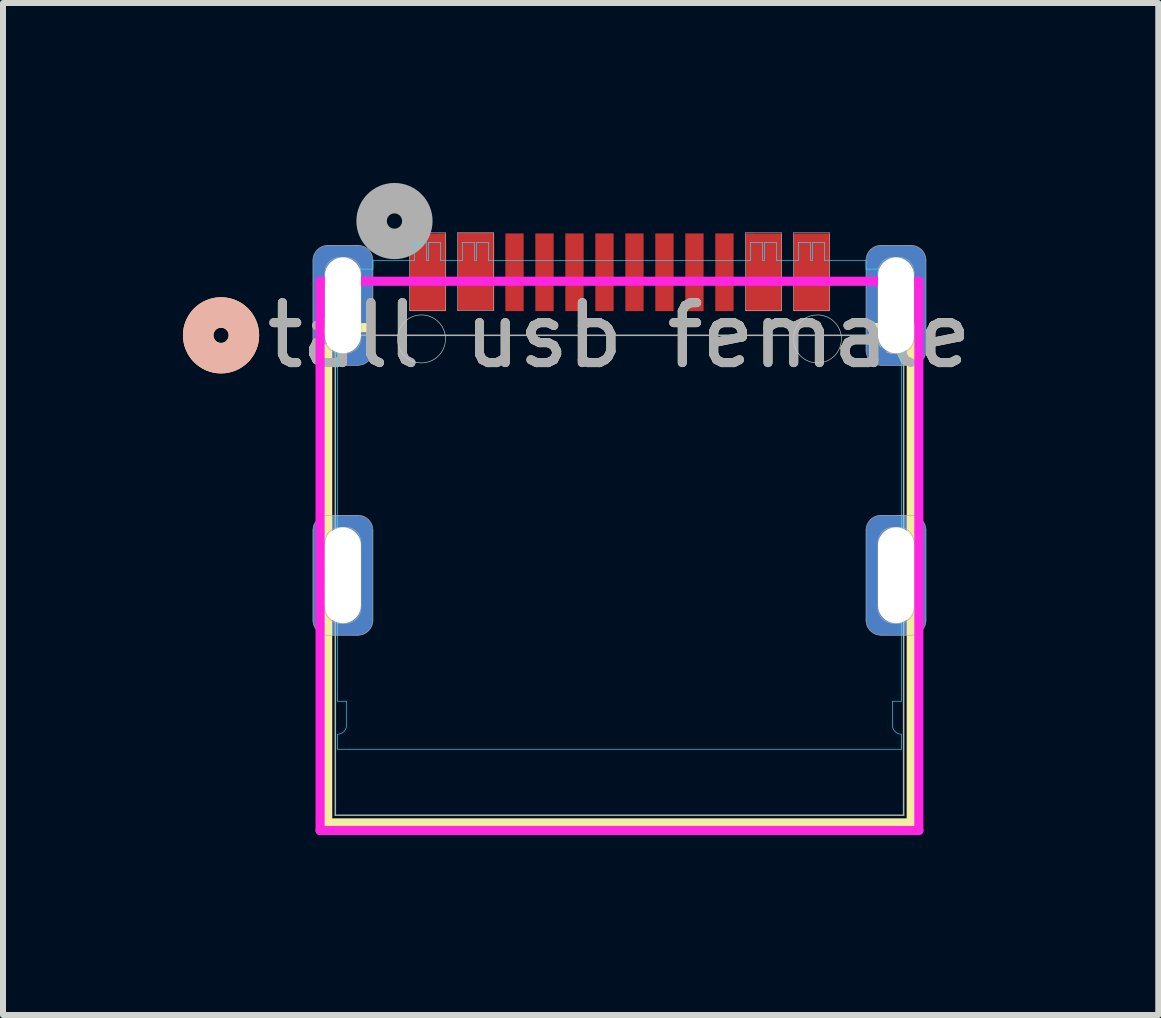
<source format=kicad_pcb>
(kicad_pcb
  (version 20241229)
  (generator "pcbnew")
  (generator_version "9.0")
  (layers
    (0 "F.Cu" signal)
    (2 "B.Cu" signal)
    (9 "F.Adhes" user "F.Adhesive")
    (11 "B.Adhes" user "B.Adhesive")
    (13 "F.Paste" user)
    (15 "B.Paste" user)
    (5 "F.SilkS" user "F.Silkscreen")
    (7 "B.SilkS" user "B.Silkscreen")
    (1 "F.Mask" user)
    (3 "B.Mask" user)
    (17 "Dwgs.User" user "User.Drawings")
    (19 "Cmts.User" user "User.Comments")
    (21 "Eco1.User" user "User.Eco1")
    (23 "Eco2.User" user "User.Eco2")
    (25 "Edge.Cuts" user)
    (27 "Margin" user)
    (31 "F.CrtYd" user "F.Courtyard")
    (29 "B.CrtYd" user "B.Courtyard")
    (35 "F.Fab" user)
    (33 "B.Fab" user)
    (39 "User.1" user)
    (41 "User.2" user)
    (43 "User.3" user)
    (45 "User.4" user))
  (footprint "tall usb female"
    (layer "F.Cu")
    (at 7.277 6.54)
    (property "Reference" "tall usb female" (at 0 -4 0) (unlocked yes) (layer "F.SilkS") (effects (font (size 1 1) (thickness 0.15))))
    (attr through_hole)
    (fp_poly (pts (xy -3.5 -5.698) (xy -3.5 -4.403) (xy -2.89 -4.403) (xy -2.89 -5.698)) (stroke (width 0) (type solid)) (fill yes) (layer "F.Cu"))
    (fp_poly (pts (xy -2.698 -5.71) (xy -2.698 -4.415) (xy -2.088 -4.415) (xy -2.088 -5.71)) (stroke (width 0) (type solid)) (fill yes) (layer "F.Cu"))
    (fp_poly (pts (xy 2.1 -4.403) (xy 2.71 -4.403) (xy 2.71 -5.698) (xy 2.1 -5.698)) (stroke (width 0) (type solid)) (fill yes) (layer "F.Cu"))
    (fp_poly (pts (xy 2.9 -5.698) (xy 2.9 -4.403) (xy 3.51 -4.403) (xy 3.51 -5.698)) (stroke (width 0) (type solid)) (fill yes) (layer "F.Cu"))
    (fp_poly (pts (xy -3.5 -5.698) (xy -3.5 -4.403) (xy -2.89 -4.403) (xy -2.89 -5.698)) (stroke (width 0) (type solid)) (fill yes) (layer "F.Mask"))
    (fp_poly (pts (xy -2.7 -5.698) (xy -2.7 -4.403) (xy -2.09 -4.403) (xy -2.09 -5.698)) (stroke (width 0) (type solid)) (fill yes) (layer "F.Mask"))
    (fp_poly (pts (xy 2.11 -4.413) (xy 2.72 -4.413) (xy 2.72 -5.708) (xy 2.11 -5.708)) (stroke (width 0) (type solid)) (fill yes) (layer "F.Mask"))
    (fp_poly (pts (xy 2.903 -5.708) (xy 2.903 -4.413) (xy 3.513 -4.413) (xy 3.513 -5.708)) (stroke (width 0) (type solid)) (fill yes) (layer "F.Mask"))
    (fp_line (start -4.864 -4.128) (end -4.864 4.128) (stroke (width 0.152) (type solid)) (layer "F.SilkS"))
    (fp_line (start -4.864 4.128) (end 4.864 4.128) (stroke (width 0.152) (type solid)) (layer "F.SilkS"))
    (fp_line (start -4.236 -4.128) (end -4.864 -4.128) (stroke (width 0.152) (type solid)) (layer "F.SilkS"))
    (fp_line (start 4.864 -4.128) (end 4.236 -4.128) (stroke (width 0.152) (type solid)) (layer "F.SilkS"))
    (fp_line (start 4.864 4.128) (end 4.864 -4.128) (stroke (width 0.152) (type solid)) (layer "F.SilkS"))
    (fp_circle (center -6.642 -4) (end -6.261 -4) (stroke (width 0.508) (type solid)) (fill no) (layer "F.SilkS"))
    (fp_circle (center -6.642 -4) (end -6.261 -4) (stroke (width 0.508) (type solid)) (fill no) (layer "B.SilkS"))
    (fp_poly (pts (xy -3.5 -5.698) (xy -3.5 -4.403) (xy -2.89 -4.403) (xy -2.89 -5.698)) (stroke (width 0) (type solid)) (fill yes) (layer "F.Paste"))
    (fp_poly (pts (xy -2.7 -5.708) (xy -2.7 -4.413) (xy -2.09 -4.413) (xy -2.09 -5.708)) (stroke (width 0) (type solid)) (fill yes) (layer "F.Paste"))
    (fp_poly (pts (xy 2.11 -4.403) (xy 2.72 -4.403) (xy 2.72 -5.698) (xy 2.11 -5.698)) (stroke (width 0) (type solid)) (fill yes) (layer "F.Paste"))
    (fp_poly (pts (xy 2.91 -5.698) (xy 2.91 -4.403) (xy 3.52 -4.403) (xy 3.52 -5.698)) (stroke (width 0) (type solid)) (fill yes) (layer "F.Paste"))
    (fp_circle (center -3.3 -3.94) (end -2.9 -3.94) (stroke (width 0.01) (type default)) (fill no) (layer "Edge.Cuts"))
    (fp_circle (center 3.3 -3.94) (end 3.7 -3.94) (stroke (width 0.01) (type default)) (fill no) (layer "Edge.Cuts"))
    (fp_line (start -4.7 -5.104) (end -4.7 2.1) (stroke (width 0.01) (type default)) (layer "B.CrtYd"))
    (fp_line (start -4.7 2.1) (end -4.55 2.1) (stroke (width 0.01) (type default)) (layer "B.CrtYd"))
    (fp_line (start -4.7 2.65) (end -4.7 2.9) (stroke (width 0.01) (type default)) (layer "B.CrtYd"))
    (fp_line (start -4.7 2.9) (end 4.7 2.9) (stroke (width 0.01) (type default)) (layer "B.CrtYd"))
    (fp_line (start -4.55 2.1) (end -4.55 2.5) (stroke (width 0.01) (type default)) (layer "B.CrtYd"))
    (fp_line (start -4.11 -5.25) (end -4.11 -5.104) (stroke (width 0.01) (type default)) (layer "B.CrtYd"))
    (fp_line (start -4.11 -5.104) (end -4.7 -5.104) (stroke (width 0.01) (type default)) (layer "B.CrtYd"))
    (fp_line (start -3.415 -5.55) (end -3.415 -5.25) (stroke (width 0.01) (type default)) (layer "B.CrtYd"))
    (fp_line (start -3.415 -5.25) (end -4.11 -5.25) (stroke (width 0.01) (type default)) (layer "B.CrtYd"))
    (fp_line (start -3.215 -5.55) (end -3.415 -5.55) (stroke (width 0.01) (type default)) (layer "B.CrtYd"))
    (fp_line (start -3.215 -5.25) (end -3.215 -5.55) (stroke (width 0.01) (type default)) (layer "B.CrtYd"))
    (fp_line (start -3.185 -5.55) (end -3.185 -5.25) (stroke (width 0.01) (type default)) (layer "B.CrtYd"))
    (fp_line (start -3.185 -5.25) (end -3.215 -5.25) (stroke (width 0.01) (type default)) (layer "B.CrtYd"))
    (fp_line (start -2.985 -5.55) (end -3.185 -5.55) (stroke (width 0.01) (type default)) (layer "B.CrtYd"))
    (fp_line (start -2.985 -5.25) (end -2.985 -5.55) (stroke (width 0.01) (type default)) (layer "B.CrtYd"))
    (fp_line (start -2.615 -5.55) (end -2.615 -5.25) (stroke (width 0.01) (type default)) (layer "B.CrtYd"))
    (fp_line (start -2.615 -5.25) (end -2.985 -5.25) (stroke (width 0.01) (type default)) (layer "B.CrtYd"))
    (fp_line (start -2.415 -5.55) (end -2.615 -5.55) (stroke (width 0.01) (type default)) (layer "B.CrtYd"))
    (fp_line (start -2.415 -5.25) (end -2.415 -5.55) (stroke (width 0.01) (type default)) (layer "B.CrtYd"))
    (fp_line (start -2.385 -5.55) (end -2.385 -5.25) (stroke (width 0.01) (type default)) (layer "B.CrtYd"))
    (fp_line (start -2.385 -5.25) (end -2.415 -5.25) (stroke (width 0.01) (type default)) (layer "B.CrtYd"))
    (fp_line (start -2.185 -5.55) (end -2.385 -5.55) (stroke (width 0.01) (type default)) (layer "B.CrtYd"))
    (fp_line (start -2.185 -5.25) (end -2.185 -5.55) (stroke (width 0.01) (type default)) (layer "B.CrtYd"))
    (fp_line (start -2.185 -5.25) (end 2.185 -5.25) (stroke (width 0.01) (type default)) (layer "B.CrtYd"))
    (fp_line (start 2.185 -5.55) (end 2.185 -5.25) (stroke (width 0.01) (type default)) (layer "B.CrtYd"))
    (fp_line (start 2.385 -5.55) (end 2.185 -5.55) (stroke (width 0.01) (type default)) (layer "B.CrtYd"))
    (fp_line (start 2.385 -5.25) (end 2.385 -5.55) (stroke (width 0.01) (type default)) (layer "B.CrtYd"))
    (fp_line (start 2.415 -5.55) (end 2.415 -5.25) (stroke (width 0.01) (type default)) (layer "B.CrtYd"))
    (fp_line (start 2.415 -5.25) (end 2.385 -5.25) (stroke (width 0.01) (type default)) (layer "B.CrtYd"))
    (fp_line (start 2.615 -5.55) (end 2.415 -5.55) (stroke (width 0.01) (type default)) (layer "B.CrtYd"))
    (fp_line (start 2.615 -5.25) (end 2.615 -5.55) (stroke (width 0.01) (type default)) (layer "B.CrtYd"))
    (fp_line (start 2.985 -5.55) (end 2.985 -5.25) (stroke (width 0.01) (type default)) (layer "B.CrtYd"))
    (fp_line (start 2.985 -5.25) (end 2.615 -5.25) (stroke (width 0.01) (type default)) (layer "B.CrtYd"))
    (fp_line (start 3.185 -5.55) (end 2.985 -5.55) (stroke (width 0.01) (type default)) (layer "B.CrtYd"))
    (fp_line (start 3.185 -5.25) (end 3.185 -5.55) (stroke (width 0.01) (type default)) (layer "B.CrtYd"))
    (fp_line (start 3.215 -5.55) (end 3.215 -5.25) (stroke (width 0.01) (type default)) (layer "B.CrtYd"))
    (fp_line (start 3.215 -5.25) (end 3.185 -5.25) (stroke (width 0.01) (type default)) (layer "B.CrtYd"))
    (fp_line (start 3.415 -5.55) (end 3.215 -5.55) (stroke (width 0.01) (type default)) (layer "B.CrtYd"))
    (fp_line (start 3.415 -5.25) (end 3.415 -5.55) (stroke (width 0.01) (type default)) (layer "B.CrtYd"))
    (fp_line (start 4.11 -5.25) (end 3.415 -5.25) (stroke (width 0.01) (type default)) (layer "B.CrtYd"))
    (fp_line (start 4.11 -5.104) (end 4.11 -5.25) (stroke (width 0.01) (type default)) (layer "B.CrtYd"))
    (fp_line (start 4.55 2.1) (end 4.7 2.1) (stroke (width 0.01) (type default)) (layer "B.CrtYd"))
    (fp_line (start 4.55 2.5) (end 4.55 2.1) (stroke (width 0.01) (type default)) (layer "B.CrtYd"))
    (fp_line (start 4.7 -5.104) (end 4.11 -5.104) (stroke (width 0.01) (type default)) (layer "B.CrtYd"))
    (fp_line (start 4.7 2.1) (end 4.7 -5.104) (stroke (width 0.01) (type default)) (layer "B.CrtYd"))
    (fp_line (start 4.7 2.9) (end 4.7 2.65) (stroke (width 0.01) (type default)) (layer "B.CrtYd"))
    (fp_arc (start -4.55 2.5) (mid -4.593934 2.606066) (end -4.7 2.65) (stroke (width 0.01) (type default)) (layer "B.CrtYd"))
    (fp_arc (start 4.7 2.649999) (mid 4.593934 2.606066) (end 4.550001 2.5) (stroke (width 0.01) (type default)) (layer "B.CrtYd"))
    (fp_line (start -4.991 -4.902) (end -4.991 4.255) (stroke (width 0.152) (type solid)) (layer "F.CrtYd"))
    (fp_line (start -4.991 4.255) (end 4.991 4.255) (stroke (width 0.152) (type solid)) (layer "F.CrtYd"))
    (fp_line (start 4.991 -4.902) (end -4.991 -4.902) (stroke (width 0.152) (type solid)) (layer "F.CrtYd"))
    (fp_line (start 4.991 4.255) (end 4.991 -4.902) (stroke (width 0.152) (type solid)) (layer "F.CrtYd"))
    (fp_line (start -5.11 -5.25) (end -5.11 -3.75) (stroke (width 0.01) (type default)) (layer "F.Fab"))
    (fp_line (start -5.11 -0.75) (end -5.11 0.75) (stroke (width 0.01) (type default)) (layer "F.Fab"))
    (fp_line (start -4.91 -5.05) (end -4.91 -3.95) (stroke (width 0.01) (type default)) (layer "F.Fab"))
    (fp_line (start -4.91 -0.55) (end -4.91 0.55) (stroke (width 0.01) (type default)) (layer "F.Fab"))
    (fp_line (start -4.86 -3.5) (end -4.36 -3.5) (stroke (width 0.01) (type default)) (layer "F.Fab"))
    (fp_line (start -4.86 1) (end -4.36 1) (stroke (width 0.01) (type default)) (layer "F.Fab"))
    (fp_line (start -4.737 -4) (end -4.737 4) (stroke (width 0.025) (type solid)) (layer "F.Fab"))
    (fp_line (start -4.737 4) (end 4.737 4) (stroke (width 0.025) (type solid)) (layer "F.Fab"))
    (fp_line (start -4.66 -3.7) (end -4.56 -3.7) (stroke (width 0.01) (type default)) (layer "F.Fab"))
    (fp_line (start -4.66 0.8) (end -4.56 0.8) (stroke (width 0.01) (type default)) (layer "F.Fab"))
    (fp_line (start -4.56 -5.3) (end -4.66 -5.3) (stroke (width 0.01) (type default)) (layer "F.Fab"))
    (fp_line (start -4.56 -0.8) (end -4.66 -0.8) (stroke (width 0.01) (type default)) (layer "F.Fab"))
    (fp_line (start -4.36 -5.5) (end -4.86 -5.5) (stroke (width 0.01) (type default)) (layer "F.Fab"))
    (fp_line (start -4.36 -1) (end -4.86 -1) (stroke (width 0.01) (type default)) (layer "F.Fab"))
    (fp_line (start -4.31 -3.95) (end -4.31 -5.05) (stroke (width 0.01) (type default)) (layer "F.Fab"))
    (fp_line (start -4.31 0.55) (end -4.31 -0.55) (stroke (width 0.01) (type default)) (layer "F.Fab"))
    (fp_line (start -4.11 -3.75) (end -4.11 -5.25) (stroke (width 0.01) (type default)) (layer "F.Fab"))
    (fp_line (start -4.11 0.75) (end -4.11 -0.75) (stroke (width 0.01) (type default)) (layer "F.Fab"))
    (fp_line (start -3.5 -5.71) (end -3.5 -4.41) (stroke (width 0.01) (type default)) (layer "F.Fab"))
    (fp_line (start -3.5 -4.41) (end -2.9 -4.41) (stroke (width 0.01) (type default)) (layer "F.Fab"))
    (fp_line (start -2.9 -5.71) (end -3.5 -5.71) (stroke (width 0.01) (type default)) (layer "F.Fab"))
    (fp_line (start -2.9 -4.41) (end -2.9 -5.71) (stroke (width 0.01) (type default)) (layer "F.Fab"))
    (fp_line (start -2.7 -5.71) (end -2.7 -4.41) (stroke (width 0.01) (type default)) (layer "F.Fab"))
    (fp_line (start -2.7 -4.41) (end -2.1 -4.41) (stroke (width 0.01) (type default)) (layer "F.Fab"))
    (fp_line (start -2.1 -5.71) (end -2.7 -5.71) (stroke (width 0.01) (type default)) (layer "F.Fab"))
    (fp_line (start -2.1 -4.41) (end -2.1 -5.71) (stroke (width 0.01) (type default)) (layer "F.Fab"))
    (fp_line (start 2.1 -5.71) (end 2.1 -4.41) (stroke (width 0.01) (type default)) (layer "F.Fab"))
    (fp_line (start 2.1 -4.41) (end 2.7 -4.41) (stroke (width 0.01) (type default)) (layer "F.Fab"))
    (fp_line (start 2.7 -5.71) (end 2.1 -5.71) (stroke (width 0.01) (type default)) (layer "F.Fab"))
    (fp_line (start 2.7 -4.41) (end 2.7 -5.71) (stroke (width 0.01) (type default)) (layer "F.Fab"))
    (fp_line (start 2.9 -5.71) (end 2.9 -4.41) (stroke (width 0.01) (type default)) (layer "F.Fab"))
    (fp_line (start 2.9 -4.41) (end 3.5 -4.41) (stroke (width 0.01) (type default)) (layer "F.Fab"))
    (fp_line (start 3.5 -5.71) (end 2.9 -5.71) (stroke (width 0.01) (type default)) (layer "F.Fab"))
    (fp_line (start 3.5 -4.41) (end 3.5 -5.71) (stroke (width 0.01) (type default)) (layer "F.Fab"))
    (fp_line (start 4.11 -5.25) (end 4.11 -3.75) (stroke (width 0.01) (type default)) (layer "F.Fab"))
    (fp_line (start 4.11 -0.75) (end 4.11 0.75) (stroke (width 0.01) (type default)) (layer "F.Fab"))
    (fp_line (start 4.31 -5.05) (end 4.31 -3.95) (stroke (width 0.01) (type default)) (layer "F.Fab"))
    (fp_line (start 4.31 -0.55) (end 4.31 0.55) (stroke (width 0.01) (type default)) (layer "F.Fab"))
    (fp_line (start 4.36 -3.5) (end 4.86 -3.5) (stroke (width 0.01) (type default)) (layer "F.Fab"))
    (fp_line (start 4.36 1) (end 4.86 1) (stroke (width 0.01) (type default)) (layer "F.Fab"))
    (fp_line (start 4.56 -3.7) (end 4.66 -3.7) (stroke (width 0.01) (type default)) (layer "F.Fab"))
    (fp_line (start 4.56 0.8) (end 4.66 0.8) (stroke (width 0.01) (type default)) (layer "F.Fab"))
    (fp_line (start 4.66 -5.3) (end 4.56 -5.3) (stroke (width 0.01) (type default)) (layer "F.Fab"))
    (fp_line (start 4.66 -0.8) (end 4.56 -0.8) (stroke (width 0.01) (type default)) (layer "F.Fab"))
    (fp_line (start 4.737 -4) (end -4.737 -4) (stroke (width 0.025) (type solid)) (layer "F.Fab"))
    (fp_line (start 4.737 4) (end 4.737 -4) (stroke (width 0.025) (type solid)) (layer "F.Fab"))
    (fp_line (start 4.86 -5.5) (end 4.36 -5.5) (stroke (width 0.01) (type default)) (layer "F.Fab"))
    (fp_line (start 4.86 -1) (end 4.36 -1) (stroke (width 0.01) (type default)) (layer "F.Fab"))
    (fp_line (start 4.91 -3.95) (end 4.91 -5.05) (stroke (width 0.01) (type default)) (layer "F.Fab"))
    (fp_line (start 4.91 0.55) (end 4.91 -0.55) (stroke (width 0.01) (type default)) (layer "F.Fab"))
    (fp_line (start 5.11 -3.75) (end 5.11 -5.25) (stroke (width 0.01) (type default)) (layer "F.Fab"))
    (fp_line (start 5.11 0.75) (end 5.11 -0.75) (stroke (width 0.01) (type default)) (layer "F.Fab"))
    (fp_arc (start -5.11 -5.250001) (mid -5.036777 -5.426777) (end -4.860001 -5.5) (stroke (width 0.01) (type default)) (layer "F.Fab"))
    (fp_arc (start -5.11 -0.750001) (mid -5.036777 -0.926777) (end -4.860001 -1) (stroke (width 0.01) (type default)) (layer "F.Fab"))
    (fp_arc (start -4.91 -5.050001) (mid -4.836776 -5.226777) (end -4.66 -5.3) (stroke (width 0.01) (type default)) (layer "F.Fab"))
    (fp_arc (start -4.91 -0.550001) (mid -4.836777 -0.726777) (end -4.660001 -0.8) (stroke (width 0.01) (type default)) (layer "F.Fab"))
    (fp_arc (start -4.860001 -3.5) (mid -5.036777 -3.573223) (end -5.11 -3.749999) (stroke (width 0.01) (type default)) (layer "F.Fab"))
    (fp_arc (start -4.860001 1) (mid -5.036777 0.926777) (end -5.11 0.750001) (stroke (width 0.01) (type default)) (layer "F.Fab"))
    (fp_arc (start -4.660002 -3.7) (mid -4.836777 -3.773224) (end -4.91 -3.949999) (stroke (width 0.01) (type default)) (layer "F.Fab"))
    (fp_arc (start -4.660001 0.8) (mid -4.836777 0.726777) (end -4.91 0.550001) (stroke (width 0.01) (type default)) (layer "F.Fab"))
    (fp_arc (start -4.56 -5.3) (mid -4.383222 -5.226777) (end -4.31 -5.05) (stroke (width 0.01) (type default)) (layer "F.Fab"))
    (fp_arc (start -4.56 -0.8) (mid -4.383222 -0.726777) (end -4.31 -0.55) (stroke (width 0.01) (type default)) (layer "F.Fab"))
    (fp_arc (start -4.36 -5.5) (mid -4.183222 -5.426777) (end -4.11 -5.25) (stroke (width 0.01) (type default)) (layer "F.Fab"))
    (fp_arc (start -4.36 -1) (mid -4.183222 -0.926777) (end -4.11 -0.75) (stroke (width 0.01) (type default)) (layer "F.Fab"))
    (fp_arc (start -4.31 -3.95) (mid -4.383223 -3.773223) (end -4.56 -3.7) (stroke (width 0.01) (type default)) (layer "F.Fab"))
    (fp_arc (start -4.31 0.550002) (mid -4.383224 0.726777) (end -4.559999 0.8) (stroke (width 0.01) (type default)) (layer "F.Fab"))
    (fp_arc (start -4.11 -3.75) (mid -4.183223 -3.573223) (end -4.36 -3.5) (stroke (width 0.01) (type default)) (layer "F.Fab"))
    (fp_arc (start -4.11 0.750001) (mid -4.183223 0.926777) (end -4.36 1) (stroke (width 0.01) (type default)) (layer "F.Fab"))
    (fp_arc (start 4.11 -5.25) (mid 4.183223 -5.426777) (end 4.36 -5.5) (stroke (width 0.01) (type default)) (layer "F.Fab"))
    (fp_arc (start 4.11 -0.75) (mid 4.183223 -0.926777) (end 4.36 -1) (stroke (width 0.01) (type default)) (layer "F.Fab"))
    (fp_arc (start 4.31 -5.05) (mid 4.383223 -5.226777) (end 4.56 -5.3) (stroke (width 0.01) (type default)) (layer "F.Fab"))
    (fp_arc (start 4.31 -0.55) (mid 4.383223 -0.726777) (end 4.56 -0.8) (stroke (width 0.01) (type default)) (layer "F.Fab"))
    (fp_arc (start 4.36 -3.5) (mid 4.183223 -3.573223) (end 4.11 -3.75) (stroke (width 0.01) (type default)) (layer "F.Fab"))
    (fp_arc (start 4.36 1) (mid 4.183223 0.926777) (end 4.11 0.75) (stroke (width 0.01) (type default)) (layer "F.Fab"))
    (fp_arc (start 4.56 -3.7) (mid 4.383223 -3.773223) (end 4.31 -3.95) (stroke (width 0.01) (type dash_dot_dot)) (layer "F.Fab"))
    (fp_arc (start 4.56 0.8) (mid 4.383223 0.726777) (end 4.31 0.55) (stroke (width 0.01) (type default)) (layer "F.Fab"))
    (fp_arc (start 4.66 -5.3) (mid 4.836777 -5.226777) (end 4.91 -5.05) (stroke (width 0.01) (type default)) (layer "F.Fab"))
    (fp_arc (start 4.66 -0.8) (mid 4.836777 -0.726777) (end 4.91 -0.55) (stroke (width 0.01) (type default)) (layer "F.Fab"))
    (fp_arc (start 4.86 -5.5) (mid 5.036777 -5.426777) (end 5.11 -5.25) (stroke (width 0.01) (type default)) (layer "F.Fab"))
    (fp_arc (start 4.86 -1) (mid 5.036777 -0.926777) (end 5.11 -0.75) (stroke (width 0.01) (type default)) (layer "F.Fab"))
    (fp_arc (start 4.91 -3.95) (mid 4.836777 -3.773223) (end 4.66 -3.7) (stroke (width 0.01) (type default)) (layer "F.Fab"))
    (fp_arc (start 4.91 0.55) (mid 4.836777 0.726777) (end 4.66 0.8) (stroke (width 0.01) (type default)) (layer "F.Fab"))
    (fp_arc (start 5.11 -3.75) (mid 5.036777 -3.573223) (end 4.86 -3.5) (stroke (width 0.01) (type default)) (layer "F.Fab"))
    (fp_arc (start 5.11 0.75) (mid 5.036777 0.926777) (end 4.86 1) (stroke (width 0.01) (type default)) (layer "F.Fab"))
    (fp_circle (center -3.751 -5.905) (end -3.37 -5.905) (stroke (width 0.508) (type solid)) (fill no) (layer "F.Fab"))
    (fp_text user "${REFERENCE}" (at 0 -4 0) (unlocked yes) (layer "F.Fab") (effects (font (size 1 1) (thickness 0.15))))
    (pad "A1" smd rect (at -3.43 -5.63) (size 0.127 0.127) (layers "F.Cu" "F.Mask" "F.Paste"))
    (pad "A4" smd rect (at -2.63 -5.64) (size 0.127 0.127) (layers "F.Cu" "F.Mask" "F.Paste"))
    (pad "A5" smd rect (at -1.25 -5.051) (size 0.305 1.295) (layers "F.Cu" "F.Mask" "F.Paste"))
    (pad "A6" smd rect (at -0.25 -5.051) (size 0.305 1.295) (layers "F.Cu" "F.Mask" "F.Paste"))
    (pad "A7" smd rect (at 0.25 -5.051) (size 0.305 1.295) (layers "F.Cu" "F.Mask" "F.Paste"))
    (pad "A8" smd rect (at 1.25 -5.051) (size 0.305 1.295) (layers "F.Cu" "F.Mask" "F.Paste"))
    (pad "A9" smd rect (at 2.64 -5.61) (size 0.127 0.127) (layers "F.Cu" "F.Mask" "F.Paste"))
    (pad "A12" smd rect (at 3.43 -5.62) (size 0.127 0.127) (layers "F.Cu" "F.Mask" "F.Paste"))
    (pad "B1" smd rect (at 2.97 -5.62) (size 0.127 0.127) (layers "F.Cu" "F.Mask" "F.Paste"))
    (pad "B4" smd rect (at 2.17 -5.63) (size 0.127 0.127) (layers "F.Cu" "F.Mask" "F.Paste"))
    (pad "B5" smd rect (at 1.75 -5.051) (size 0.305 1.295) (layers "F.Cu" "F.Mask" "F.Paste"))
    (pad "B6" smd rect (at 0.75 -5.051) (size 0.305 1.295) (layers "F.Cu" "F.Mask" "F.Paste"))
    (pad "B7" smd rect (at -0.75 -5.051) (size 0.305 1.295) (layers "F.Cu" "F.Mask" "F.Paste"))
    (pad "B8" smd rect (at -1.75 -5.051) (size 0.305 1.295) (layers "F.Cu" "F.Mask" "F.Paste"))
    (pad "B9" smd rect (at -2.16 -5.64) (size 0.127 0.127) (layers "F.Cu" "F.Mask" "F.Paste"))
    (pad "B12" smd rect (at -2.96 -5.63) (size 0.127 0.127) (layers "F.Cu" "F.Mask" "F.Paste"))
    (pad "GND" thru_hole roundrect (at -4.61 -4.5) (size 1 2) (drill oval 0.6 1.6) (layers "*.Cu" "*.Mask") (roundrect_rratio 0.25))
    (pad "GND" thru_hole roundrect (at -4.61 0) (size 1 2) (drill oval 0.6 1.6) (layers "*.Cu" "*.Mask") (roundrect_rratio 0.25))
    (pad "GND" thru_hole roundrect (at 4.61 -4.5) (size 1 2) (drill oval 0.6 1.6) (layers "*.Cu" "*.Mask") (roundrect_rratio 0.25))
    (pad "GND" thru_hole roundrect (at 4.61 0) (size 1 2) (drill oval 0.6 1.6) (layers "*.Cu" "*.Mask") (roundrect_rratio 0.25)))
  (gr_rect
    (start -3 -3)
    (end 16.259 13.871)
    (stroke (width 0.1) (type default))
    (fill no)
    (layer "Edge.Cuts")))
</source>
